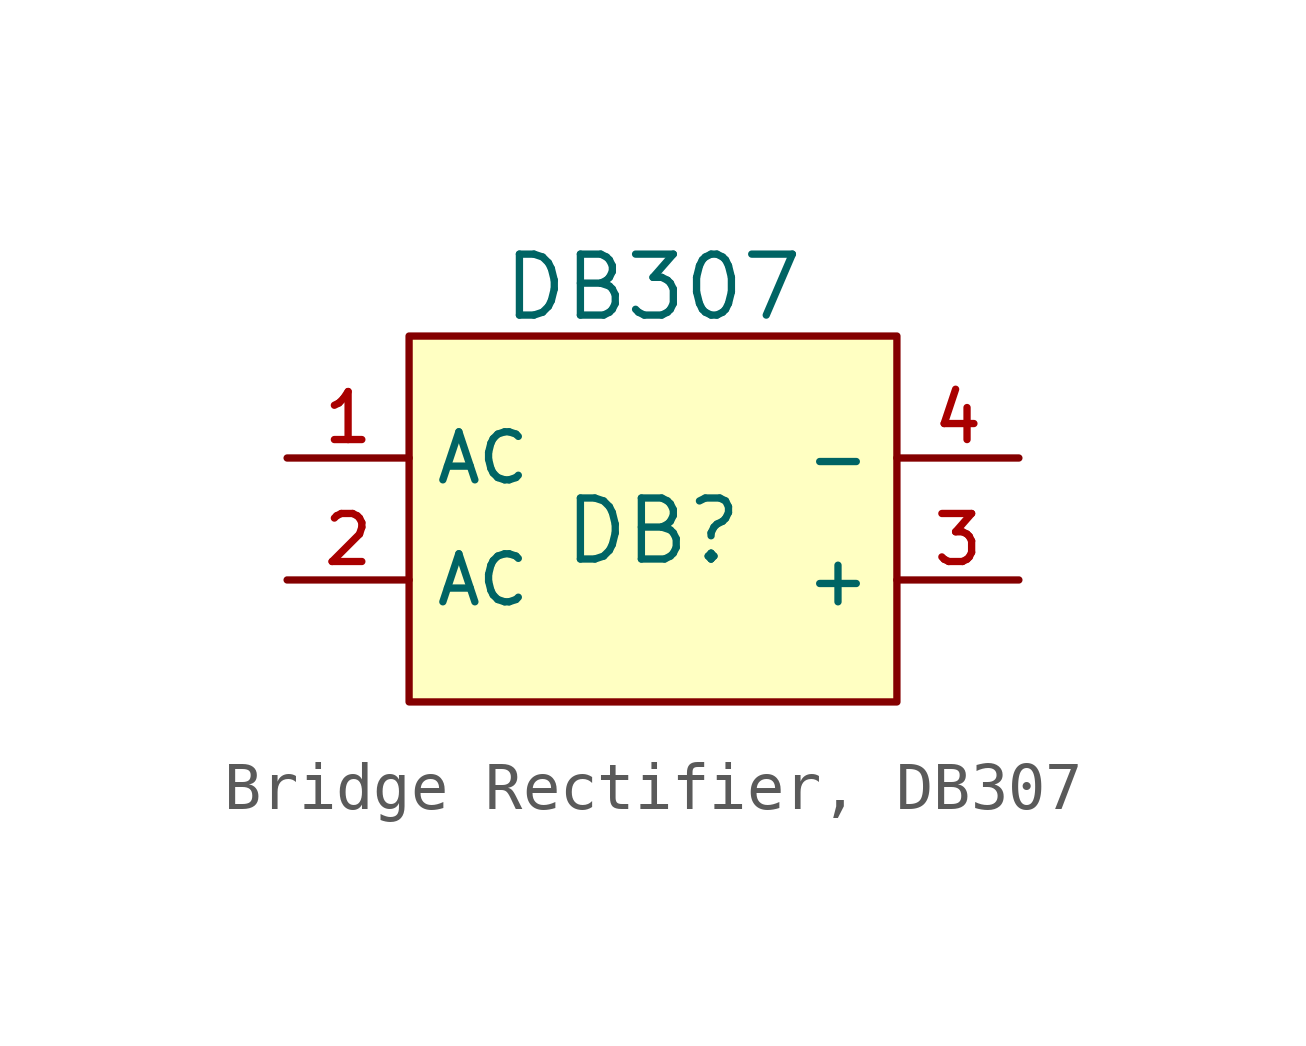
<source format=kicad_sym>
(kicad_symbol_lib
  (version 20231120)
  (generator "CDFER_Archive_Tool")
  (generator_version "0.0")
  (symbol "Bridge Rectifier, DB307"
    (property "Reference" "DB"
      (at 0 1.016 0)
      (effects (font (size 1.27 1.27))))
    (property "Value" "DB307"
      (at 0 6.096 0)
      (effects (font (size 1.27 1.27))))
    (symbol "Bridge Rectifier, DB307_0_1"
      (rectangle (start -5.08 5.08) (end 5.08 -2.54) (stroke (width 0) (type default)) (fill (type background)))
      (pin unspecified line (at -7.62 2.54 0) (length 2.54) (name "AC" (effects (font (size 1 1)))) (number "1" (effects (font (size 1 1)))))
      (pin unspecified line (at -7.62 0 0) (length 2.54) (name "AC" (effects (font (size 1 1)))) (number "2" (effects (font (size 1 1)))))
      (pin unspecified line (at 7.62 0 180) (length 2.54) (name "+" (effects (font (size 1 1)))) (number "3" (effects (font (size 1 1)))))
      (pin unspecified line (at 7.62 2.54 180) (length 2.54) (name "-" (effects (font (size 1 1)))) (number "4" (effects (font (size 1 1))))))))
</source>
